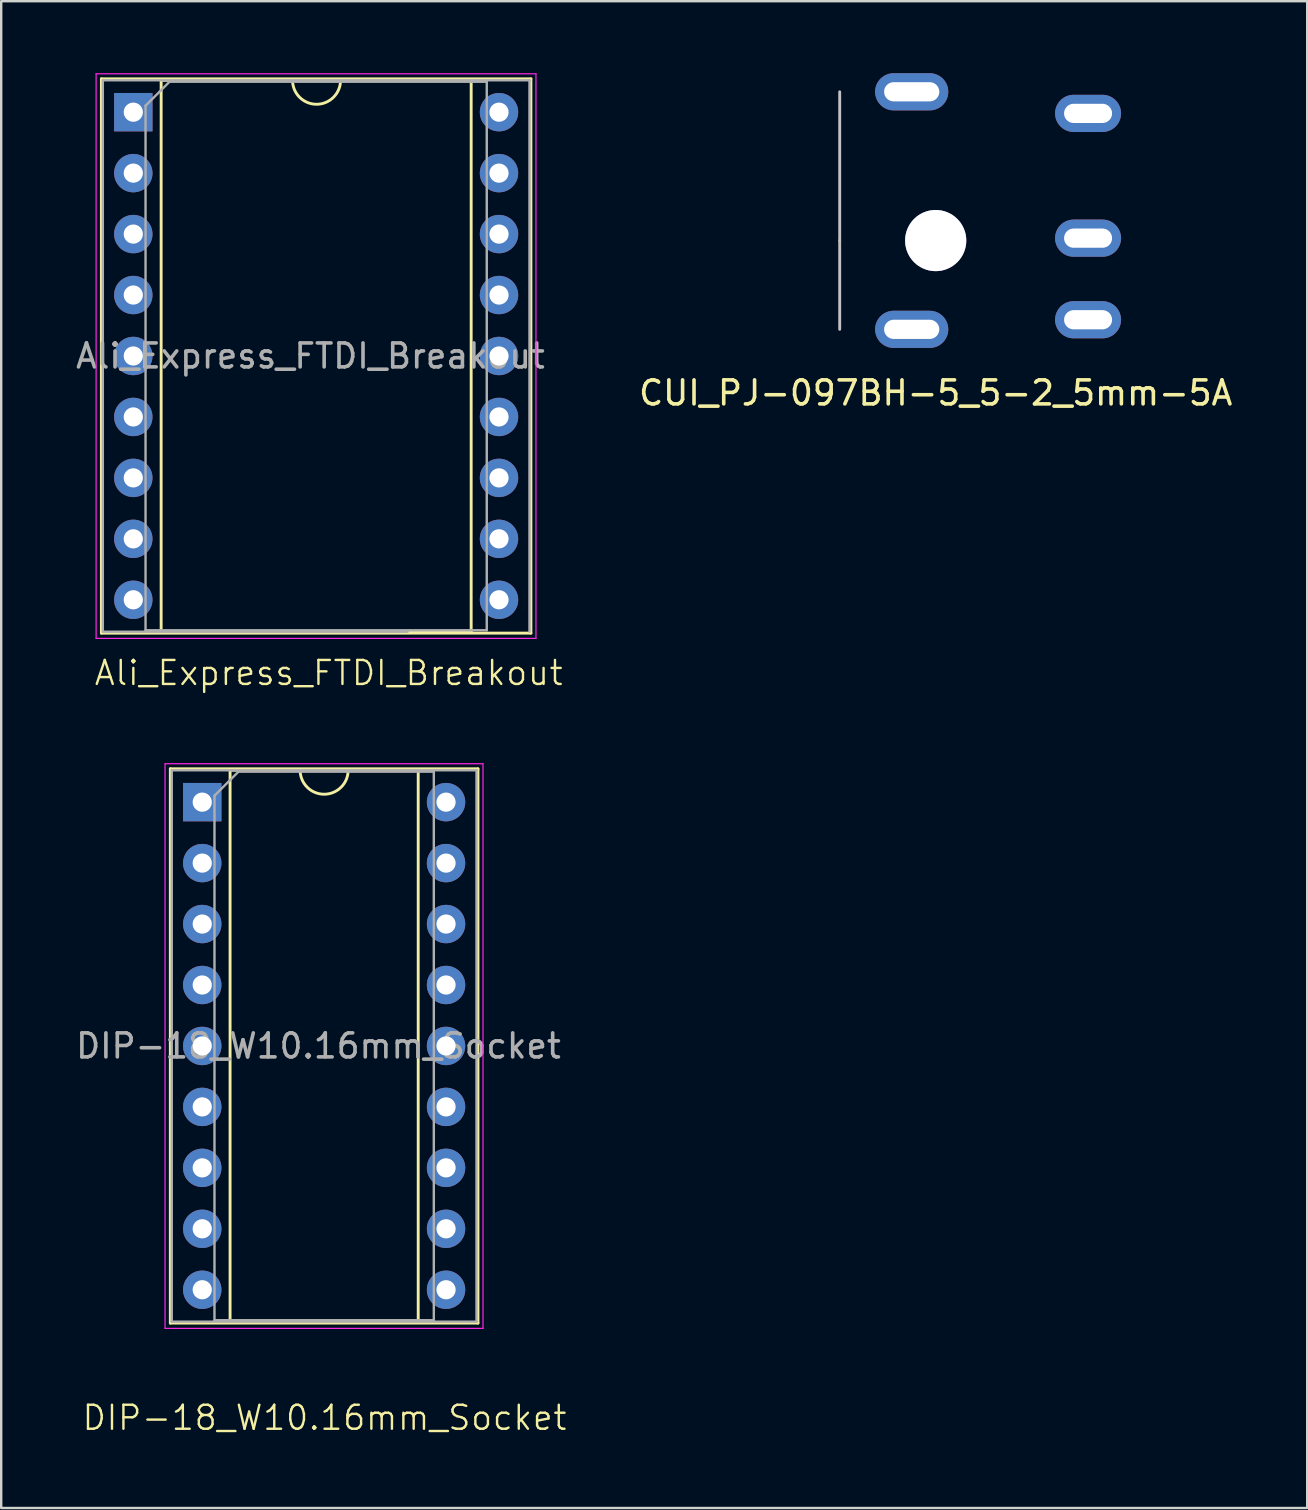
<source format=kicad_pcb>
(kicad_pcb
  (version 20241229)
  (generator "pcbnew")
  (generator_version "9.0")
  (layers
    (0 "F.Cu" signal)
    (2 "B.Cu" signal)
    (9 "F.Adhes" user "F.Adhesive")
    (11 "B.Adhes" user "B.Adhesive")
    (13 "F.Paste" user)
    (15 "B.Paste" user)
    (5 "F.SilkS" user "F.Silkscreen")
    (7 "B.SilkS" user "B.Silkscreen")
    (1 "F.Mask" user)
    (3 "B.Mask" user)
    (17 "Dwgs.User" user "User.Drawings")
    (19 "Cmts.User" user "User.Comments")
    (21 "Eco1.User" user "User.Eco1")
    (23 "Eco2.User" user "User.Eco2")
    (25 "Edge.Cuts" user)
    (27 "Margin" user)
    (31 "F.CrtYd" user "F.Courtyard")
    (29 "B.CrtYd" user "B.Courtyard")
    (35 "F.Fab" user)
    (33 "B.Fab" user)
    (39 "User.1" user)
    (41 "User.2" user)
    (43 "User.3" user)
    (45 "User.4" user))
  (footprint "CUI_PJ-097BH-5_5-2_5mm-5A"
    (layer "F.Cu")
    (at 35.943 6.975)
    (property "Reference" "CUI_PJ-097BH-5_5-2_5mm-5A" (at 0 6.35 0) (layer "F.SilkS") (effects (font (size 1 1) (thickness 0.15))))
    (attr through_hole)
    (fp_line (start -4 0) (end -4 -6.2) (stroke (width 0.12) (type solid)) (layer "Dwgs.User"))
    (fp_line (start -4 0) (end -4 3.7) (stroke (width 0.12) (type solid)) (layer "Dwgs.User"))
    (pad "1" thru_hole oval (at 6.35 3.3) (size 2.75 1.55) (drill oval 2 0.8) (layers "*.Cu" "*.Mask"))
    (pad "2" thru_hole oval (at 6.35 -5.3) (size 2.75 1.55) (drill oval 2 0.8) (layers "*.Cu" "*.Mask"))
    (pad "3" thru_hole oval (at 6.35 -0.1) (size 2.75 1.55) (drill oval 2 0.8) (layers "*.Cu" "*.Mask"))
    (pad "4" thru_hole oval (at -1 3.7) (size 3.05 1.55) (drill oval 2.3 0.8) (layers "*.Cu" "*.Mask"))
    (pad "5" thru_hole oval (at -1 -6.2) (size 3.05 1.55) (drill oval 2.3 0.8) (layers "*.Cu" "*.Mask"))
    (pad "6" thru_hole circle (at 0 0) (size 2.55 2.55) (drill 2.55) (layers "*.Cu" "*.Mask")))
  (footprint "DIP-18_W10.16mm_Socket"
    (layer "F.Cu")
    (at 5.394 30.378)
    (property "Reference" "DIP-18_W10.16mm_Socket" (at 5.08 25.654 0) (unlocked yes) (layer "F.SilkS") (effects (font (size 1 1) (thickness 0.1))))
    (attr through_hole)
    (fp_line (start -1.346 -1.39) (end -1.346 21.71) (stroke (width 0.12) (type solid)) (layer "F.SilkS"))
    (fp_line (start -1.346 21.71) (end 11.474 21.71) (stroke (width 0.12) (type solid)) (layer "F.SilkS"))
    (fp_line (start 1.144 -1.33) (end 1.144 21.65) (stroke (width 0.12) (type solid)) (layer "F.SilkS"))
    (fp_line (start 1.144 21.65) (end 8.984 21.65) (stroke (width 0.12) (type solid)) (layer "F.SilkS"))
    (fp_line (start 4.064 -1.33) (end 1.144 -1.33) (stroke (width 0.12) (type solid)) (layer "F.SilkS"))
    (fp_line (start 8.984 -1.33) (end 6.064 -1.33) (stroke (width 0.12) (type solid)) (layer "F.SilkS"))
    (fp_line (start 8.984 21.65) (end 8.984 -1.33) (stroke (width 0.12) (type solid)) (layer "F.SilkS"))
    (fp_line (start 11.474 -1.39) (end -1.346 -1.39) (stroke (width 0.12) (type solid)) (layer "F.SilkS"))
    (fp_line (start 11.474 21.71) (end 11.474 -1.39) (stroke (width 0.12) (type solid)) (layer "F.SilkS"))
    (fp_arc (start 6.064 -1.33) (mid 5.064 -0.33) (end 4.064 -1.33) (stroke (width 0.12) (type solid)) (layer "F.SilkS"))
    (fp_line (start -1.566 -1.6) (end -1.566 21.93) (stroke (width 0.05) (type solid)) (layer "F.CrtYd"))
    (fp_line (start -1.566 21.93) (end 11.684 21.93) (stroke (width 0.05) (type solid)) (layer "F.CrtYd"))
    (fp_line (start 11.684 -1.6) (end -1.566 -1.6) (stroke (width 0.05) (type solid)) (layer "F.CrtYd"))
    (fp_line (start 11.684 21.93) (end 11.684 -1.6) (stroke (width 0.05) (type solid)) (layer "F.CrtYd"))
    (fp_line (start -1.286 -1.33) (end -1.286 21.65) (stroke (width 0.1) (type solid)) (layer "F.Fab"))
    (fp_line (start -1.286 21.65) (end 11.414 21.65) (stroke (width 0.1) (type solid)) (layer "F.Fab"))
    (fp_line (start 0.494 -0.27) (end 1.494 -1.27) (stroke (width 0.1) (type solid)) (layer "F.Fab"))
    (fp_line (start 0.494 21.59) (end 0.494 -0.27) (stroke (width 0.1) (type solid)) (layer "F.Fab"))
    (fp_line (start 1.494 -1.27) (end 9.634 -1.27) (stroke (width 0.1) (type solid)) (layer "F.Fab"))
    (fp_line (start 9.634 -1.27) (end 9.634 21.59) (stroke (width 0.1) (type solid)) (layer "F.Fab"))
    (fp_line (start 9.634 21.59) (end 0.494 21.59) (stroke (width 0.1) (type solid)) (layer "F.Fab"))
    (fp_line (start 11.414 -1.33) (end -1.286 -1.33) (stroke (width 0.1) (type solid)) (layer "F.Fab"))
    (fp_line (start 11.414 21.65) (end 11.414 -1.33) (stroke (width 0.1) (type solid)) (layer "F.Fab"))
    (fp_text user "${REFERENCE}" (at 4.826 10.16 0) (unlocked yes) (layer "F.Fab") (effects (font (size 1 1) (thickness 0.15))))
    (pad "1" thru_hole rect (at -0.016 0) (size 1.6 1.6) (drill 0.8) (layers "*.Cu" "*.Mask"))
    (pad "2" thru_hole oval (at -0.016 2.54) (size 1.6 1.6) (drill 0.8) (layers "*.Cu" "*.Mask"))
    (pad "3" thru_hole oval (at -0.016 5.08) (size 1.6 1.6) (drill 0.8) (layers "*.Cu" "*.Mask"))
    (pad "4" thru_hole oval (at -0.016 7.62) (size 1.6 1.6) (drill 0.8) (layers "*.Cu" "*.Mask"))
    (pad "5" thru_hole oval (at -0.016 10.16) (size 1.6 1.6) (drill 0.8) (layers "*.Cu" "*.Mask"))
    (pad "6" thru_hole oval (at -0.016 12.7) (size 1.6 1.6) (drill 0.8) (layers "*.Cu" "*.Mask"))
    (pad "7" thru_hole oval (at -0.016 15.24) (size 1.6 1.6) (drill 0.8) (layers "*.Cu" "*.Mask"))
    (pad "8" thru_hole oval (at -0.016 17.78) (size 1.6 1.6) (drill 0.8) (layers "*.Cu" "*.Mask"))
    (pad "9" thru_hole oval (at -0.016 20.32) (size 1.6 1.6) (drill 0.8) (layers "*.Cu" "*.Mask"))
    (pad "10" thru_hole oval (at 10.144 20.32) (size 1.6 1.6) (drill 0.8) (layers "*.Cu" "*.Mask"))
    (pad "11" thru_hole oval (at 10.144 17.78) (size 1.6 1.6) (drill 0.8) (layers "*.Cu" "*.Mask"))
    (pad "12" thru_hole oval (at 10.144 15.24) (size 1.6 1.6) (drill 0.8) (layers "*.Cu" "*.Mask"))
    (pad "13" thru_hole oval (at 10.144 12.7) (size 1.6 1.6) (drill 0.8) (layers "*.Cu" "*.Mask"))
    (pad "14" thru_hole oval (at 10.144 10.16) (size 1.6 1.6) (drill 0.8) (layers "*.Cu" "*.Mask"))
    (pad "15" thru_hole oval (at 10.144 7.62) (size 1.6 1.6) (drill 0.8) (layers "*.Cu" "*.Mask"))
    (pad "16" thru_hole oval (at 10.144 5.08) (size 1.6 1.6) (drill 0.8) (layers "*.Cu" "*.Mask"))
    (pad "17" thru_hole oval (at 10.144 2.54) (size 1.6 1.6) (drill 0.8) (layers "*.Cu" "*.Mask"))
    (pad "24" thru_hole oval (at 10.144 0) (size 1.6 1.6) (drill 0.8) (layers "*.Cu" "*.Mask")))
  (footprint "Ali_Express_FTDI_Breakout"
    (layer "F.Cu")
    (at 2.521 1.625)
    (property "Reference" "Ali_Express_FTDI_Breakout" (at 8.128 23.368 0) (unlocked yes) (layer "F.SilkS") (effects (font (size 1 1) (thickness 0.1))))
    (attr through_hole)
    (fp_line (start -1.346 -1.39) (end -1.346 21.71) (stroke (width 0.12) (type solid)) (layer "F.SilkS"))
    (fp_line (start -1.346 21.71) (end 16.554 21.71) (stroke (width 0.12) (type solid)) (layer "F.SilkS"))
    (fp_line (start 1.144 -1.33) (end 1.144 21.65) (stroke (width 0.12) (type solid)) (layer "F.SilkS"))
    (fp_line (start 1.144 21.65) (end 14.064 21.65) (stroke (width 0.12) (type solid)) (layer "F.SilkS"))
    (fp_line (start 4.064 -1.33) (end 1.144 -1.33) (stroke (width 0.12) (type solid)) (layer "F.SilkS"))
    (fp_line (start 14.064 -1.33) (end 8.7 -1.33) (stroke (width 0.12) (type solid)) (layer "F.SilkS"))
    (fp_line (start 14.064 21.65) (end 14.064 -1.33) (stroke (width 0.12) (type solid)) (layer "F.SilkS"))
    (fp_line (start 16.554 -1.39) (end -1.346 -1.39) (stroke (width 0.12) (type solid)) (layer "F.SilkS"))
    (fp_line (start 16.554 21.71) (end 16.554 -1.39) (stroke (width 0.12) (type solid)) (layer "F.SilkS"))
    (fp_arc (start 8.62 -1.33) (mid 7.62 -0.33) (end 6.62 -1.33) (stroke (width 0.12) (type solid)) (layer "F.SilkS"))
    (fp_line (start -1.566 -1.6) (end -1.566 21.93) (stroke (width 0.05) (type solid)) (layer "F.CrtYd"))
    (fp_line (start -1.566 21.93) (end 16.764 21.93) (stroke (width 0.05) (type solid)) (layer "F.CrtYd"))
    (fp_line (start 16.764 -1.6) (end -1.566 -1.6) (stroke (width 0.05) (type solid)) (layer "F.CrtYd"))
    (fp_line (start 16.764 21.93) (end 16.764 -1.6) (stroke (width 0.05) (type solid)) (layer "F.CrtYd"))
    (fp_line (start -1.286 -1.33) (end -1.286 21.65) (stroke (width 0.1) (type solid)) (layer "F.Fab"))
    (fp_line (start -1.286 21.65) (end 11.414 21.65) (stroke (width 0.1) (type solid)) (layer "F.Fab"))
    (fp_line (start 0.494 -0.27) (end 1.494 -1.27) (stroke (width 0.1) (type solid)) (layer "F.Fab"))
    (fp_line (start 0.494 21.59) (end 0.494 -0.27) (stroke (width 0.1) (type solid)) (layer "F.Fab"))
    (fp_line (start 1.494 -1.27) (end 14.714 -1.27) (stroke (width 0.1) (type solid)) (layer "F.Fab"))
    (fp_line (start 14.714 -1.27) (end 14.714 21.59) (stroke (width 0.1) (type solid)) (layer "F.Fab"))
    (fp_line (start 14.714 21.59) (end 0.494 21.59) (stroke (width 0.1) (type solid)) (layer "F.Fab"))
    (fp_line (start 16.494 -1.33) (end -1.286 -1.33) (stroke (width 0.1) (type solid)) (layer "F.Fab"))
    (fp_line (start 16.494 21.65) (end 16.494 -1.33) (stroke (width 0.1) (type solid)) (layer "F.Fab"))
    (fp_text user "${REFERENCE}" (at 7.366 10.16 0) (unlocked yes) (layer "F.Fab") (effects (font (size 1 1) (thickness 0.15))))
    (pad "1" thru_hole rect (at -0.016 0) (size 1.6 1.6) (drill 0.8) (layers "*.Cu" "*.Mask"))
    (pad "2" thru_hole oval (at -0.016 2.54) (size 1.6 1.6) (drill 0.8) (layers "*.Cu" "*.Mask"))
    (pad "3" thru_hole oval (at -0.016 5.08) (size 1.6 1.6) (drill 0.8) (layers "*.Cu" "*.Mask"))
    (pad "4" thru_hole oval (at -0.016 7.62) (size 1.6 1.6) (drill 0.8) (layers "*.Cu" "*.Mask"))
    (pad "5" thru_hole oval (at -0.016 10.16) (size 1.6 1.6) (drill 0.8) (layers "*.Cu" "*.Mask"))
    (pad "6" thru_hole oval (at -0.016 12.7) (size 1.6 1.6) (drill 0.8) (layers "*.Cu" "*.Mask"))
    (pad "7" thru_hole oval (at -0.016 15.24) (size 1.6 1.6) (drill 0.8) (layers "*.Cu" "*.Mask"))
    (pad "8" thru_hole oval (at -0.016 17.78) (size 1.6 1.6) (drill 0.8) (layers "*.Cu" "*.Mask"))
    (pad "9" thru_hole oval (at -0.016 20.32) (size 1.6 1.6) (drill 0.8) (layers "*.Cu" "*.Mask"))
    (pad "10" thru_hole oval (at 15.224 20.32) (size 1.6 1.6) (drill 0.8) (layers "*.Cu" "*.Mask"))
    (pad "11" thru_hole oval (at 15.224 17.78) (size 1.6 1.6) (drill 0.8) (layers "*.Cu" "*.Mask"))
    (pad "12" thru_hole oval (at 15.224 15.24) (size 1.6 1.6) (drill 0.8) (layers "*.Cu" "*.Mask"))
    (pad "13" thru_hole oval (at 15.224 12.7) (size 1.6 1.6) (drill 0.8) (layers "*.Cu" "*.Mask"))
    (pad "14" thru_hole oval (at 15.224 10.16) (size 1.6 1.6) (drill 0.8) (layers "*.Cu" "*.Mask"))
    (pad "15" thru_hole oval (at 15.224 7.62) (size 1.6 1.6) (drill 0.8) (layers "*.Cu" "*.Mask"))
    (pad "16" thru_hole oval (at 15.224 5.08) (size 1.6 1.6) (drill 0.8) (layers "*.Cu" "*.Mask"))
    (pad "17" thru_hole oval (at 15.224 2.54) (size 1.6 1.6) (drill 0.8) (layers "*.Cu" "*.Mask"))
    (pad "18" thru_hole oval (at 15.224 0) (size 1.6 1.6) (drill 0.8) (layers "*.Cu" "*.Mask")))
  (gr_rect
    (start -3 -3)
    (end 51.425 59.793)
    (stroke (width 0.1) (type default))
    (fill no)
    (layer "Edge.Cuts")))
</source>
